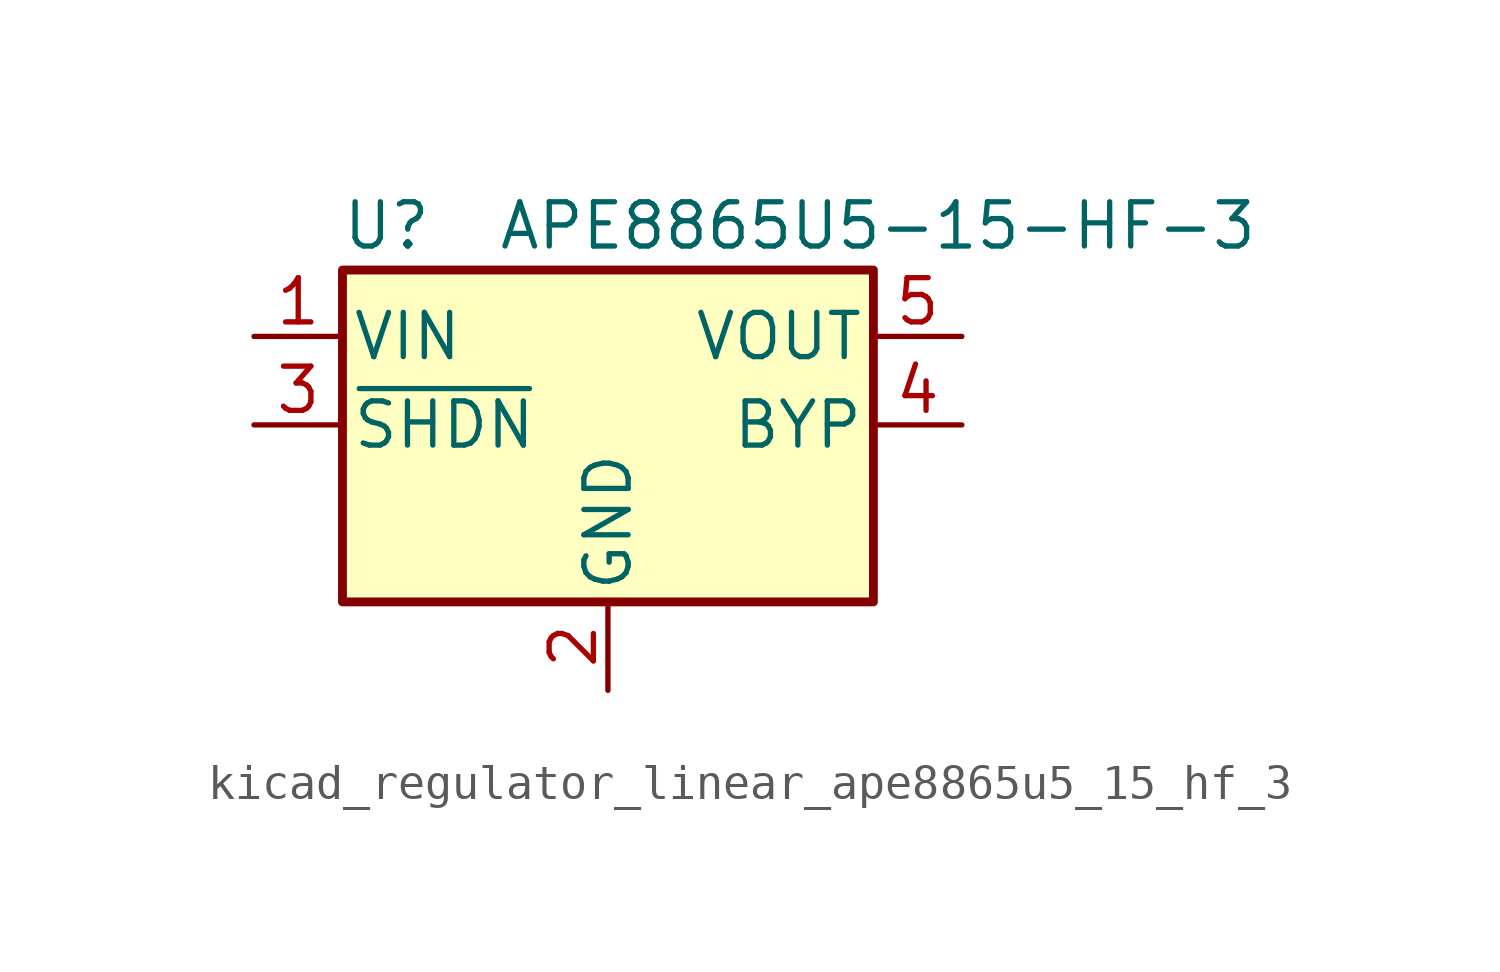
<source format=kicad_sym>
(kicad_symbol_lib
  (version 20220914)
  (generator kicad_symbol_editor)
  (symbol "kicad_regulator_linear_ape8865u5_15_hf_3"
    (pin_names
      (offset 0.254))
    (property "Reference" "U"
      (at -6.35 5.715 0)
      (effects (font (size 1.27 1.27))))
    (property "Value" "APE8865U5-15-HF-3"
      (at -3.175 5.715 0)
      (effects (font (size 1.27 1.27)) (justify left)))
    (symbol "kicad_regulator_linear_ape8865u5_15_hf_3_0_1"
      (rectangle (start -7.62 4.445) (end 7.62 -5.08) (stroke (width 0.254) (type default)) (fill (type background))))
    (symbol "kicad_regulator_linear_ape8865u5_15_hf_3_1_1"
      (pin power_in line (at -10.16 2.54 0) (length 2.54) (name "VIN" (effects (font (size 1.27 1.27)))) (number "1" (effects (font (size 1.27 1.27)))))
      (pin power_in line (at 0 -7.62 90) (length 2.54) (name "GND" (effects (font (size 1.27 1.27)))) (number "2" (effects (font (size 1.27 1.27)))))
      (pin input line (at -10.16 0 0) (length 2.54) (name "~{SHDN}" (effects (font (size 1.27 1.27)))) (number "3" (effects (font (size 1.27 1.27)))))
      (pin input line (at 10.16 0 180) (length 2.54) (name "BYP" (effects (font (size 1.27 1.27)))) (number "4" (effects (font (size 1.27 1.27)))))
      (pin power_out line (at 10.16 2.54 180) (length 2.54) (name "VOUT" (effects (font (size 1.27 1.27)))) (number "5" (effects (font (size 1.27 1.27))))))))
</source>
